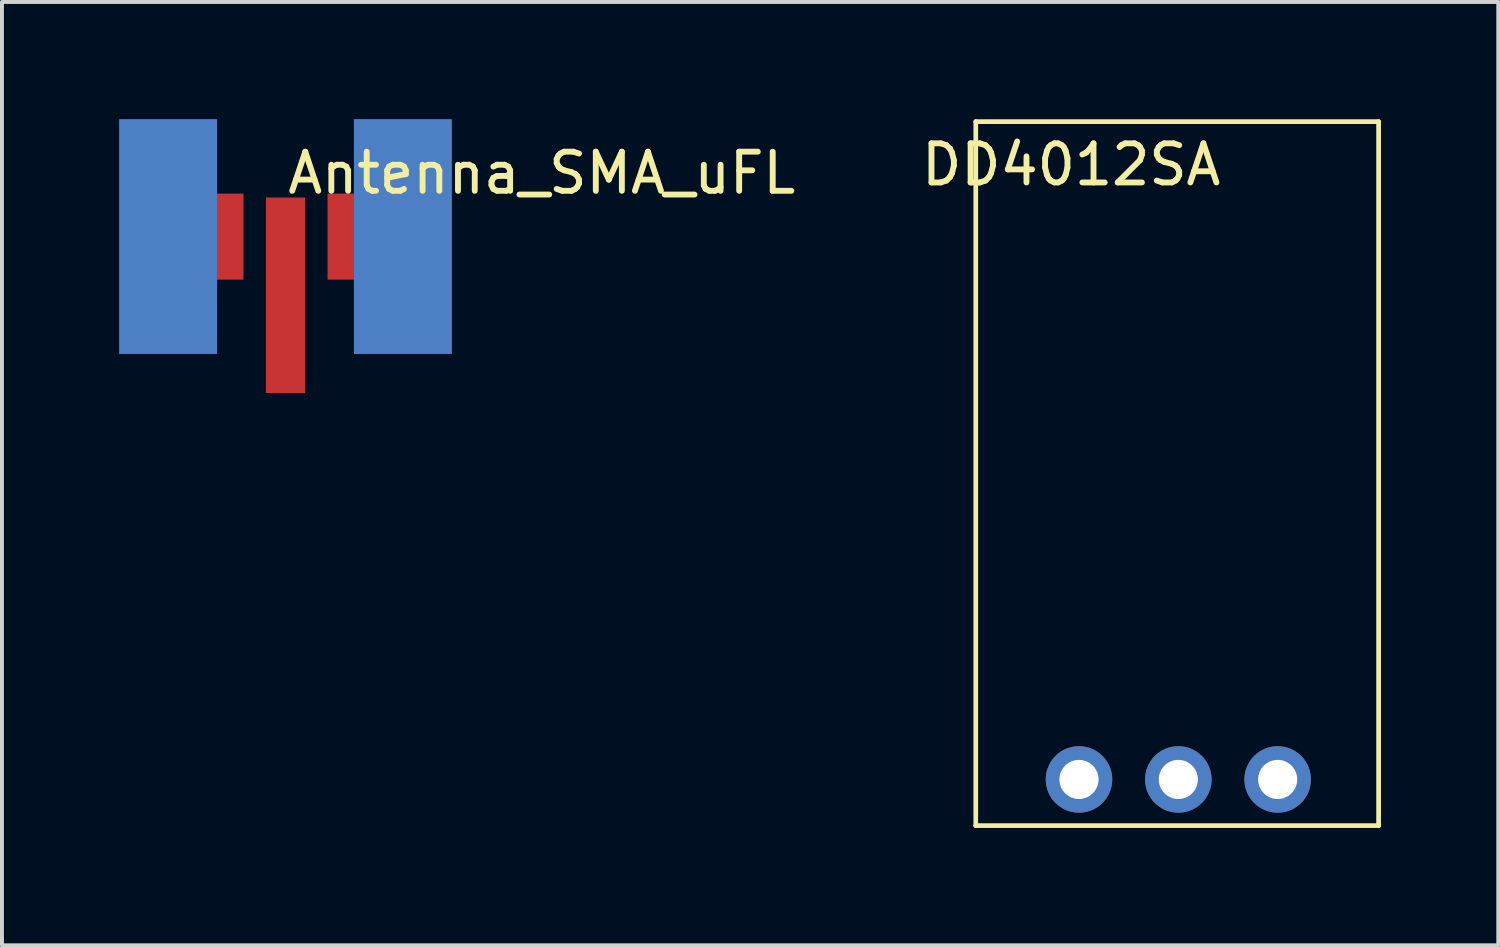
<source format=kicad_pcb>
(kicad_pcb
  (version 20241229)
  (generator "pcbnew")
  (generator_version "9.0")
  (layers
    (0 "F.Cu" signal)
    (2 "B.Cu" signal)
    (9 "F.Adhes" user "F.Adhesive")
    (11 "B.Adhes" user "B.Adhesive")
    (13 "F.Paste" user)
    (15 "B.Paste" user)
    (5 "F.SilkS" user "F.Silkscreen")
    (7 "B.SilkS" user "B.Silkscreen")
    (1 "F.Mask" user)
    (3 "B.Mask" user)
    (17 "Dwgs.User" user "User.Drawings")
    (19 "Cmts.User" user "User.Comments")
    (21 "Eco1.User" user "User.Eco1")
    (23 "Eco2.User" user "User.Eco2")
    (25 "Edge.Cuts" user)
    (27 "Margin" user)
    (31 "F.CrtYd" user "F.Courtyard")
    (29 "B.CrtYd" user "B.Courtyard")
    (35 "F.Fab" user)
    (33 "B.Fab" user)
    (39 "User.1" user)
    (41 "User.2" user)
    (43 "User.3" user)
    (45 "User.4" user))
  (footprint "Antenna_SMA_uFL"
    (layer "F.Cu")
    (at 4.25 3)
    (property "Reference" "Antenna_SMA_uFL" (at 6.553 -1.626 0) (layer "F.SilkS") (effects (font (size 1 1) (thickness 0.15))))
    (attr through_hole)
    (pad "1" smd rect (at 0 1.5) (size 1 5) (layers "F.Cu" "F.Mask" "F.Paste" "Eco1.User"))
    (pad "2" smd rect (at -3 0) (size 2.5 6) (layers "F.Cu" "F.Mask" "F.Paste"))
    (pad "2" smd rect (at -3 0) (size 2.5 6) (layers "B.Cu" "B.Mask" "B.Paste"))
    (pad "2" smd rect (at -1.6 0) (size 1.05 2.2) (layers "F.Cu" "F.Mask" "F.Paste"))
    (pad "2" smd rect (at 1.6 0) (size 1.05 2.2) (layers "F.Cu" "F.Mask" "F.Paste"))
    (pad "2" smd rect (at 3 0) (size 2.5 6) (layers "F.Cu" "F.Mask" "F.Paste"))
    (pad "2" smd rect (at 3 0) (size 2.5 6) (layers "B.Cu" "B.Mask" "B.Paste")))
  (footprint "DD4012SA"
    (layer "F.Cu")
    (at 24.539 16.88)
    (property "Reference" "DD4012SA" (at -0.2 -15.72 0) (layer "F.SilkS") (effects (font (size 1 1) (thickness 0.15))))
    (attr through_hole)
    (fp_line (start -2.639 -16.82) (end 7.661 -16.82) (stroke (width 0.12) (type solid)) (layer "F.SilkS"))
    (fp_line (start -2.639 1.18) (end -2.639 -16.82) (stroke (width 0.12) (type solid)) (layer "F.SilkS"))
    (fp_line (start 7.661 -16.82) (end 7.661 1.18) (stroke (width 0.12) (type solid)) (layer "F.SilkS"))
    (fp_line (start 7.661 1.18) (end -2.639 1.18) (stroke (width 0.12) (type solid)) (layer "F.SilkS"))
    (pad "1" thru_hole circle (at 0 0) (size 1.7 1.7) (drill 1) (layers "*.Cu" "*.Mask"))
    (pad "2" thru_hole circle (at 2.54 0) (size 1.7 1.7) (drill 1) (layers "*.Cu" "*.Mask"))
    (pad "3" thru_hole circle (at 5.08 0) (size 1.7 1.7) (drill 1) (layers "*.Cu" "*.Mask")))
  (gr_rect
    (start -3 -3)
    (end 35.26 21.12)
    (stroke (width 0.1) (type default))
    (fill no)
    (layer "Edge.Cuts")))
</source>
